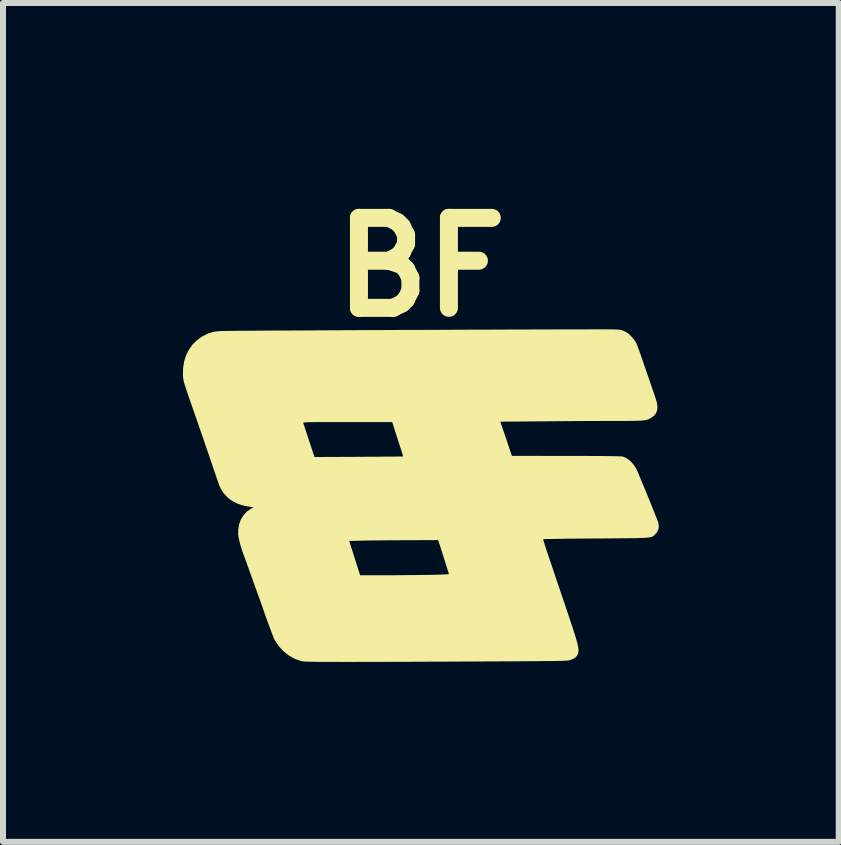
<source format=kicad_pcb>
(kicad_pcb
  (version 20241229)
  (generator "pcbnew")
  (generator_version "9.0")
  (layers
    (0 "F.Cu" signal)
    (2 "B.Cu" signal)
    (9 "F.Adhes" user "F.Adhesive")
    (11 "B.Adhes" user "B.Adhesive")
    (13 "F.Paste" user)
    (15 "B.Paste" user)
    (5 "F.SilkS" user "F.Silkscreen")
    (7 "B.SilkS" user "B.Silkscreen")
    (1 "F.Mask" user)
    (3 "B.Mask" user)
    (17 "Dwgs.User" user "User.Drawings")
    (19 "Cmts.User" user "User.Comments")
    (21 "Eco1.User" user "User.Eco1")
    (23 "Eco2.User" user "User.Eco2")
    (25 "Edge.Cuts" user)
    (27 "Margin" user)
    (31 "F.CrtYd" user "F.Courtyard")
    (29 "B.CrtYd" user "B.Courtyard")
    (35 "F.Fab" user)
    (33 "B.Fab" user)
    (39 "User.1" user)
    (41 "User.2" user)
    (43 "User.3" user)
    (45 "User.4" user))
  (footprint "BF"
    (layer "F.Cu")
    (at 3.97 5.214)
    (property "Reference" "BF" (at 0 -3.81 0) (layer "F.SilkS") (effects (font (size 1.5 1.5) (thickness 0.3))))
    (attr board_only exclude_from_pos_files exclude_from_bom)
    (fp_poly (pts (xy 3.016 -2.773) (xy 3.095 -2.773) (xy 3.158 -2.772) (xy 3.209 -2.772) (xy 3.249 -2.771) (xy 3.281 -2.769) (xy 3.305 -2.767) (xy 3.323 -2.765) (xy 3.338 -2.762) (xy 3.351 -2.758) (xy 3.361 -2.754) (xy 3.397 -2.739) (xy 3.431 -2.72) (xy 3.447 -2.71) (xy 3.477 -2.683) (xy 3.512 -2.647) (xy 3.547 -2.606) (xy 3.576 -2.566) (xy 3.583 -2.555) (xy 3.59 -2.539) (xy 3.603 -2.508) (xy 3.619 -2.464) (xy 3.639 -2.41) (xy 3.661 -2.348) (xy 3.685 -2.28) (xy 3.705 -2.221) (xy 3.733 -2.14) (xy 3.762 -2.054) (xy 3.792 -1.969) (xy 3.82 -1.887) (xy 3.845 -1.813) (xy 3.867 -1.75) (xy 3.874 -1.729) (xy 3.897 -1.663) (xy 3.914 -1.611) (xy 3.926 -1.57) (xy 3.934 -1.537) (xy 3.938 -1.511) (xy 3.94 -1.487) (xy 3.94 -1.481) (xy 3.935 -1.423) (xy 3.917 -1.375) (xy 3.884 -1.334) (xy 3.835 -1.298) (xy 3.825 -1.292) (xy 3.808 -1.283) (xy 3.791 -1.275) (xy 3.773 -1.268) (xy 3.752 -1.262) (xy 3.727 -1.258) (xy 3.696 -1.254) (xy 3.658 -1.251) (xy 3.611 -1.249) (xy 3.554 -1.248) (xy 3.485 -1.247) (xy 3.402 -1.246) (xy 3.304 -1.246) (xy 3.196 -1.246) (xy 3.1 -1.246) (xy 2.989 -1.246) (xy 2.867 -1.245) (xy 2.735 -1.245) (xy 2.598 -1.244) (xy 2.458 -1.243) (xy 2.318 -1.242) (xy 2.182 -1.241) (xy 2.052 -1.24) (xy 2.012 -1.24) (xy 1.321 -1.234) (xy 1.418 -0.949) (xy 1.514 -0.664) (xy 2.421 -0.663) (xy 2.582 -0.663) (xy 2.725 -0.663) (xy 2.852 -0.662) (xy 2.962 -0.662) (xy 3.058 -0.661) (xy 3.139 -0.66) (xy 3.207 -0.659) (xy 3.262 -0.658) (xy 3.304 -0.657) (xy 3.335 -0.655) (xy 3.355 -0.654) (xy 3.364 -0.652) (xy 3.421 -0.627) (xy 3.477 -0.588) (xy 3.528 -0.536) (xy 3.572 -0.476) (xy 3.591 -0.442) (xy 3.601 -0.42) (xy 3.616 -0.385) (xy 3.636 -0.338) (xy 3.66 -0.28) (xy 3.687 -0.215) (xy 3.717 -0.144) (xy 3.748 -0.069) (xy 3.779 0.008) (xy 3.811 0.085) (xy 3.841 0.16) (xy 3.869 0.23) (xy 3.895 0.294) (xy 3.917 0.35) (xy 3.935 0.395) (xy 3.947 0.428) (xy 3.954 0.446) (xy 3.954 0.448) (xy 3.964 0.507) (xy 3.957 0.56) (xy 3.934 0.608) (xy 3.903 0.644) (xy 3.893 0.654) (xy 3.883 0.663) (xy 3.874 0.671) (xy 3.863 0.678) (xy 3.85 0.684) (xy 3.833 0.689) (xy 3.812 0.694) (xy 3.785 0.697) (xy 3.751 0.7) (xy 3.71 0.703) (xy 3.659 0.705) (xy 3.599 0.707) (xy 3.527 0.708) (xy 3.444 0.709) (xy 3.347 0.71) (xy 3.235 0.711) (xy 3.108 0.712) (xy 2.965 0.713) (xy 2.91 0.713) (xy 2.786 0.714) (xy 2.667 0.715) (xy 2.555 0.716) (xy 2.451 0.717) (xy 2.355 0.719) (xy 2.269 0.72) (xy 2.195 0.721) (xy 2.134 0.722) (xy 2.086 0.723) (xy 2.053 0.724) (xy 2.037 0.724) (xy 2.035 0.725) (xy 2.037 0.734) (xy 2.044 0.759) (xy 2.056 0.798) (xy 2.072 0.848) (xy 2.092 0.91) (xy 2.116 0.981) (xy 2.142 1.059) (xy 2.17 1.142) (xy 2.181 1.175) (xy 2.216 1.28) (xy 2.255 1.394) (xy 2.296 1.515) (xy 2.337 1.637) (xy 2.378 1.756) (xy 2.416 1.869) (xy 2.45 1.972) (xy 2.466 2.018) (xy 2.504 2.132) (xy 2.537 2.23) (xy 2.564 2.315) (xy 2.585 2.386) (xy 2.602 2.446) (xy 2.613 2.496) (xy 2.621 2.538) (xy 2.624 2.572) (xy 2.623 2.601) (xy 2.619 2.625) (xy 2.611 2.646) (xy 2.602 2.664) (xy 2.577 2.693) (xy 2.542 2.717) (xy 2.491 2.738) (xy 2.482 2.741) (xy 2.474 2.743) (xy 2.464 2.745) (xy 2.452 2.747) (xy 2.435 2.749) (xy 2.414 2.75) (xy 2.387 2.751) (xy 2.354 2.753) (xy 2.314 2.754) (xy 2.265 2.755) (xy 2.207 2.756) (xy 2.139 2.757) (xy 2.061 2.757) (xy 1.97 2.758) (xy 1.867 2.759) (xy 1.751 2.76) (xy 1.62 2.761) (xy 1.474 2.761) (xy 1.312 2.762) (xy 1.132 2.763) (xy 1.097 2.763) (xy 0.925 2.764) (xy 0.745 2.765) (xy 0.561 2.766) (xy 0.374 2.767) (xy 0.187 2.767) (xy 0.001 2.768) (xy -0.181 2.769) (xy -0.358 2.769) (xy -0.527 2.77) (xy -0.687 2.77) (xy -0.835 2.77) (xy -0.969 2.77) (xy -1.087 2.771) (xy -1.097 2.771) (xy -1.241 2.771) (xy -1.369 2.771) (xy -1.481 2.77) (xy -1.578 2.77) (xy -1.661 2.77) (xy -1.732 2.77) (xy -1.792 2.769) (xy -1.842 2.768) (xy -1.883 2.767) (xy -1.916 2.766) (xy -1.943 2.765) (xy -1.964 2.763) (xy -1.98 2.761) (xy -1.994 2.759) (xy -2.005 2.756) (xy -2.012 2.754) (xy -2.112 2.717) (xy -2.206 2.663) (xy -2.291 2.596) (xy -2.366 2.516) (xy -2.429 2.426) (xy -2.451 2.385) (xy -2.458 2.368) (xy -2.47 2.337) (xy -2.487 2.294) (xy -2.506 2.242) (xy -2.527 2.185) (xy -2.549 2.126) (xy -2.571 2.066) (xy -2.592 2.009) (xy -2.61 1.958) (xy -2.625 1.915) (xy -2.635 1.883) (xy -2.637 1.878) (xy -2.642 1.863) (xy -2.652 1.835) (xy -2.667 1.794) (xy -2.684 1.744) (xy -2.705 1.689) (xy -2.718 1.652) (xy -2.744 1.579) (xy -2.774 1.495) (xy -2.806 1.409) (xy -2.835 1.326) (xy -2.862 1.253) (xy -2.862 1.251) (xy -2.884 1.189) (xy -2.906 1.128) (xy -2.926 1.072) (xy -2.944 1.024) (xy -2.957 0.988) (xy -2.961 0.978) (xy -2.988 0.9) (xy -3.011 0.824) (xy -3.029 0.754) (xy -1.198 0.754) (xy -1.107 1.041) (xy -1.016 1.327) (xy -0.708 1.327) (xy -0.631 1.327) (xy -0.54 1.327) (xy -0.438 1.326) (xy -0.33 1.325) (xy -0.219 1.324) (xy -0.11 1.323) (xy -0.005 1.322) (xy 0.034 1.321) (xy 0.144 1.32) (xy 0.237 1.318) (xy 0.313 1.316) (xy 0.372 1.314) (xy 0.417 1.312) (xy 0.447 1.31) (xy 0.462 1.307) (xy 0.465 1.306) (xy 0.45 1.258) (xy 0.432 1.2) (xy 0.411 1.136) (xy 0.39 1.069) (xy 0.369 1.003) (xy 0.35 0.942) (xy 0.333 0.89) (xy 0.321 0.85) (xy 0.318 0.842) (xy 0.285 0.74) (xy -0.18 0.742) (xy -0.282 0.742) (xy -0.389 0.743) (xy -0.497 0.743) (xy -0.602 0.744) (xy -0.702 0.745) (xy -0.793 0.746) (xy -0.872 0.747) (xy -0.922 0.748) (xy -1.198 0.754) (xy -3.029 0.754) (xy -3.03 0.753) (xy -3.043 0.691) (xy -3.049 0.647) (xy -3.048 0.56) (xy -3.033 0.476) (xy -3.004 0.397) (xy -2.962 0.328) (xy -2.908 0.268) (xy -2.845 0.223) (xy -2.795 0.194) (xy -2.867 0.183) (xy -2.975 0.161) (xy -3.07 0.129) (xy -3.151 0.087) (xy -3.222 0.033) (xy -3.284 -0.034) (xy -3.295 -0.049) (xy -3.312 -0.073) (xy -3.327 -0.095) (xy -3.34 -0.118) (xy -3.353 -0.146) (xy -3.367 -0.179) (xy -3.382 -0.222) (xy -3.401 -0.276) (xy -3.425 -0.345) (xy -3.427 -0.352) (xy -3.474 -0.491) (xy -3.517 -0.616) (xy -3.556 -0.732) (xy -3.594 -0.841) (xy -3.63 -0.948) (xy -3.668 -1.057) (xy -3.707 -1.17) (xy -3.723 -1.217) (xy -1.966 -1.217) (xy -1.966 -1.217) (xy -1.962 -1.206) (xy -1.954 -1.18) (xy -1.941 -1.141) (xy -1.924 -1.091) (xy -1.905 -1.032) (xy -1.883 -0.967) (xy -1.87 -0.925) (xy -1.777 -0.645) (xy -1.04 -0.648) (xy -0.926 -0.649) (xy -0.818 -0.65) (xy -0.716 -0.65) (xy -0.622 -0.651) (xy -0.538 -0.652) (xy -0.464 -0.652) (xy -0.402 -0.653) (xy -0.354 -0.653) (xy -0.32 -0.654) (xy -0.302 -0.654) (xy -0.3 -0.655) (xy -0.302 -0.663) (xy -0.308 -0.687) (xy -0.319 -0.723) (xy -0.333 -0.768) (xy -0.35 -0.819) (xy -0.356 -0.836) (xy -0.376 -0.899) (xy -0.397 -0.964) (xy -0.417 -1.026) (xy -0.435 -1.081) (xy -0.448 -1.122) (xy -0.481 -1.228) (xy -1.226 -1.228) (xy -1.364 -1.228) (xy -1.485 -1.228) (xy -1.589 -1.228) (xy -1.679 -1.227) (xy -1.754 -1.227) (xy -1.817 -1.226) (xy -1.867 -1.225) (xy -1.905 -1.224) (xy -1.933 -1.222) (xy -1.952 -1.221) (xy -1.963 -1.219) (xy -1.966 -1.217) (xy -3.723 -1.217) (xy -3.747 -1.287) (xy -3.788 -1.404) (xy -3.824 -1.506) (xy -3.854 -1.594) (xy -3.88 -1.668) (xy -3.901 -1.731) (xy -3.919 -1.783) (xy -3.933 -1.826) (xy -3.944 -1.861) (xy -3.952 -1.89) (xy -3.958 -1.914) (xy -3.962 -1.933) (xy -3.965 -1.951) (xy -3.967 -1.967) (xy -3.968 -1.983) (xy -3.969 -2) (xy -3.97 -2.008) (xy -3.968 -2.124) (xy -3.951 -2.235) (xy -3.919 -2.338) (xy -3.872 -2.432) (xy -3.812 -2.517) (xy -3.738 -2.591) (xy -3.652 -2.653) (xy -3.555 -2.702) (xy -3.521 -2.714) (xy -3.489 -2.724) (xy -3.456 -2.732) (xy -3.418 -2.738) (xy -3.37 -2.742) (xy -3.318 -2.746) (xy -3.301 -2.746) (xy -3.266 -2.747) (xy -3.215 -2.747) (xy -3.148 -2.748) (xy -3.067 -2.749) (xy -2.971 -2.749) (xy -2.862 -2.75) (xy -2.74 -2.751) (xy -2.607 -2.752) (xy -2.462 -2.753) (xy -2.308 -2.753) (xy -2.144 -2.754) (xy -1.972 -2.755) (xy -1.792 -2.756) (xy -1.605 -2.757) (xy -1.412 -2.758) (xy -1.213 -2.759) (xy -1.01 -2.76) (xy -0.803 -2.761) (xy -0.593 -2.762) (xy -0.381 -2.763) (xy -0.167 -2.763) (xy 0.047 -2.764) (xy 0.261 -2.765) (xy 0.474 -2.766) (xy 0.685 -2.767) (xy 0.894 -2.768) (xy 1.1 -2.768) (xy 1.301 -2.769) (xy 1.497 -2.77) (xy 1.688 -2.77) (xy 1.872 -2.771) (xy 2.049 -2.771) (xy 2.218 -2.772) (xy 2.378 -2.772) (xy 2.528 -2.772) (xy 2.668 -2.772) (xy 2.796 -2.773) (xy 2.913 -2.773) (xy 2.922 -2.773)) (stroke (width 0) (type solid)) (fill yes) (layer "F.SilkS")))
  (gr_rect
    (start -3 -3)
    (end 10.933 10.985)
    (stroke (width 0.1) (type default))
    (fill no)
    (layer "Edge.Cuts")))
</source>
